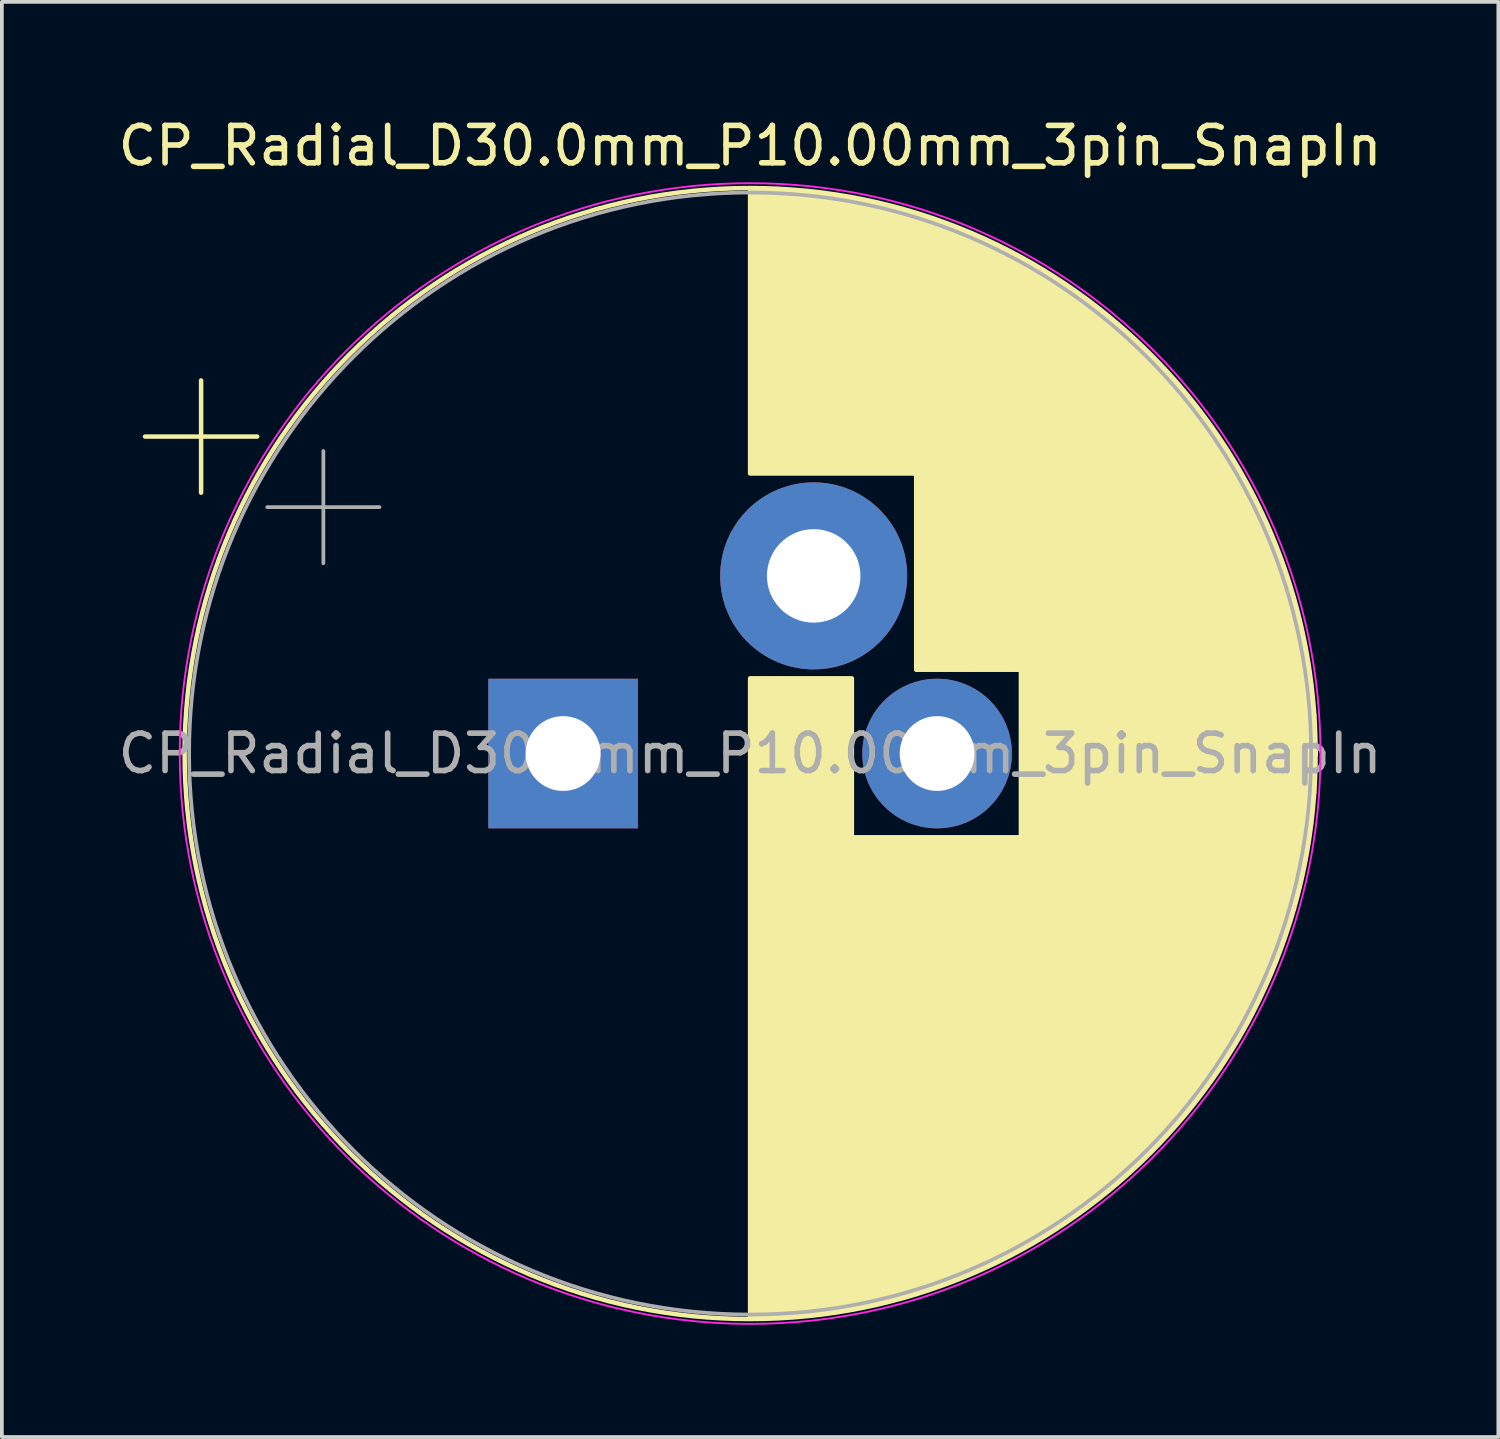
<source format=kicad_pcb>
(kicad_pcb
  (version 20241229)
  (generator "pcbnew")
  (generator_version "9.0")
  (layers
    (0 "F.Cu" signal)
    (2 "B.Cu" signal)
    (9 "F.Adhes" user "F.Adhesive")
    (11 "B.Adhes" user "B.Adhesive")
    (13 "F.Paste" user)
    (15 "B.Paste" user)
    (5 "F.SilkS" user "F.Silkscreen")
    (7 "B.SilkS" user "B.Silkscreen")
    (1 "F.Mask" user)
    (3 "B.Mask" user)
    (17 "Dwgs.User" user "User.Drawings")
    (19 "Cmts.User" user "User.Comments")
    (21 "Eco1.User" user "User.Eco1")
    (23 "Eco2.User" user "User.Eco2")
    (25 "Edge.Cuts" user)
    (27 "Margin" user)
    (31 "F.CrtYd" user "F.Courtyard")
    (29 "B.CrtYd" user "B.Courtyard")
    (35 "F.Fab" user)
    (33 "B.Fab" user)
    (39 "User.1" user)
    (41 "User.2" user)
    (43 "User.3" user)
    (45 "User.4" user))
  (footprint "CP_Radial_D30.0mm_P10.00mm_3pin_SnapIn"
    (layer "F.Cu")
    (at 12.006 17.098)
    (property "Reference" "CP_Radial_D30.0mm_P10.00mm_3pin_SnapIn" (at 5 -16.25 0) (layer "F.SilkS") (effects (font (size 1 1) (thickness 0.15))))
    (attr through_hole)
    (fp_line (start -11.179 -8.475) (end -8.179 -8.475) (stroke (width 0.12) (type solid)) (layer "F.SilkS"))
    (fp_line (start -9.679 -9.975) (end -9.679 -6.975) (stroke (width 0.12) (type solid)) (layer "F.SilkS"))
    (fp_line (start 5 -15.081) (end 5 -7.49) (stroke (width 0.12) (type solid)) (layer "F.SilkS"))
    (fp_line (start 5 -2.01) (end 5 15.081) (stroke (width 0.12) (type solid)) (layer "F.SilkS"))
    (fp_line (start 5.04 -15.08) (end 5.04 -7.49) (stroke (width 0.12) (type solid)) (layer "F.SilkS"))
    (fp_line (start 5.04 -2.01) (end 5.04 15.08) (stroke (width 0.12) (type solid)) (layer "F.SilkS"))
    (fp_line (start 5.08 -15.08) (end 5.08 -7.49) (stroke (width 0.12) (type solid)) (layer "F.SilkS"))
    (fp_line (start 5.08 -2.01) (end 5.08 15.08) (stroke (width 0.12) (type solid)) (layer "F.SilkS"))
    (fp_line (start 5.12 -15.08) (end 5.12 -7.49) (stroke (width 0.12) (type solid)) (layer "F.SilkS"))
    (fp_line (start 5.12 -2.01) (end 5.12 15.08) (stroke (width 0.12) (type solid)) (layer "F.SilkS"))
    (fp_line (start 5.16 -15.08) (end 5.16 -7.49) (stroke (width 0.12) (type solid)) (layer "F.SilkS"))
    (fp_line (start 5.16 -2.01) (end 5.16 15.08) (stroke (width 0.12) (type solid)) (layer "F.SilkS"))
    (fp_line (start 5.2 -15.079) (end 5.2 -7.49) (stroke (width 0.12) (type solid)) (layer "F.SilkS"))
    (fp_line (start 5.2 -2.01) (end 5.2 15.079) (stroke (width 0.12) (type solid)) (layer "F.SilkS"))
    (fp_line (start 5.24 -15.079) (end 5.24 -7.49) (stroke (width 0.12) (type solid)) (layer "F.SilkS"))
    (fp_line (start 5.24 -2.01) (end 5.24 15.079) (stroke (width 0.12) (type solid)) (layer "F.SilkS"))
    (fp_line (start 5.28 -15.078) (end 5.28 -7.49) (stroke (width 0.12) (type solid)) (layer "F.SilkS"))
    (fp_line (start 5.28 -2.01) (end 5.28 15.078) (stroke (width 0.12) (type solid)) (layer "F.SilkS"))
    (fp_line (start 5.32 -15.077) (end 5.32 -7.49) (stroke (width 0.12) (type solid)) (layer "F.SilkS"))
    (fp_line (start 5.32 -2.01) (end 5.32 15.077) (stroke (width 0.12) (type solid)) (layer "F.SilkS"))
    (fp_line (start 5.36 -15.076) (end 5.36 -7.49) (stroke (width 0.12) (type solid)) (layer "F.SilkS"))
    (fp_line (start 5.36 -2.01) (end 5.36 15.076) (stroke (width 0.12) (type solid)) (layer "F.SilkS"))
    (fp_line (start 5.4 -15.075) (end 5.4 -7.49) (stroke (width 0.12) (type solid)) (layer "F.SilkS"))
    (fp_line (start 5.4 -2.01) (end 5.4 15.075) (stroke (width 0.12) (type solid)) (layer "F.SilkS"))
    (fp_line (start 5.44 -15.074) (end 5.44 -7.49) (stroke (width 0.12) (type solid)) (layer "F.SilkS"))
    (fp_line (start 5.44 -2.01) (end 5.44 15.074) (stroke (width 0.12) (type solid)) (layer "F.SilkS"))
    (fp_line (start 5.48 -15.073) (end 5.48 -7.49) (stroke (width 0.12) (type solid)) (layer "F.SilkS"))
    (fp_line (start 5.48 -2.01) (end 5.48 15.073) (stroke (width 0.12) (type solid)) (layer "F.SilkS"))
    (fp_line (start 5.52 -15.072) (end 5.52 -7.49) (stroke (width 0.12) (type solid)) (layer "F.SilkS"))
    (fp_line (start 5.52 -2.01) (end 5.52 15.072) (stroke (width 0.12) (type solid)) (layer "F.SilkS"))
    (fp_line (start 5.56 -15.07) (end 5.56 -7.49) (stroke (width 0.12) (type solid)) (layer "F.SilkS"))
    (fp_line (start 5.56 -2.01) (end 5.56 15.07) (stroke (width 0.12) (type solid)) (layer "F.SilkS"))
    (fp_line (start 5.6 -15.069) (end 5.6 -7.49) (stroke (width 0.12) (type solid)) (layer "F.SilkS"))
    (fp_line (start 5.6 -2.01) (end 5.6 15.069) (stroke (width 0.12) (type solid)) (layer "F.SilkS"))
    (fp_line (start 5.64 -15.067) (end 5.64 -7.49) (stroke (width 0.12) (type solid)) (layer "F.SilkS"))
    (fp_line (start 5.64 -2.01) (end 5.64 15.067) (stroke (width 0.12) (type solid)) (layer "F.SilkS"))
    (fp_line (start 5.68 -15.065) (end 5.68 -7.49) (stroke (width 0.12) (type solid)) (layer "F.SilkS"))
    (fp_line (start 5.68 -2.01) (end 5.68 15.065) (stroke (width 0.12) (type solid)) (layer "F.SilkS"))
    (fp_line (start 5.721 -15.063) (end 5.721 -7.49) (stroke (width 0.12) (type solid)) (layer "F.SilkS"))
    (fp_line (start 5.721 -2.01) (end 5.721 15.063) (stroke (width 0.12) (type solid)) (layer "F.SilkS"))
    (fp_line (start 5.761 -15.061) (end 5.761 -7.49) (stroke (width 0.12) (type solid)) (layer "F.SilkS"))
    (fp_line (start 5.761 -2.01) (end 5.761 15.061) (stroke (width 0.12) (type solid)) (layer "F.SilkS"))
    (fp_line (start 5.801 -15.059) (end 5.801 -7.49) (stroke (width 0.12) (type solid)) (layer "F.SilkS"))
    (fp_line (start 5.801 -2.01) (end 5.801 15.059) (stroke (width 0.12) (type solid)) (layer "F.SilkS"))
    (fp_line (start 5.841 -15.057) (end 5.841 -7.49) (stroke (width 0.12) (type solid)) (layer "F.SilkS"))
    (fp_line (start 5.841 -2.01) (end 5.841 15.057) (stroke (width 0.12) (type solid)) (layer "F.SilkS"))
    (fp_line (start 5.881 -15.055) (end 5.881 -7.49) (stroke (width 0.12) (type solid)) (layer "F.SilkS"))
    (fp_line (start 5.881 -2.01) (end 5.881 15.055) (stroke (width 0.12) (type solid)) (layer "F.SilkS"))
    (fp_line (start 5.921 -15.052) (end 5.921 -7.49) (stroke (width 0.12) (type solid)) (layer "F.SilkS"))
    (fp_line (start 5.921 -2.01) (end 5.921 15.052) (stroke (width 0.12) (type solid)) (layer "F.SilkS"))
    (fp_line (start 5.961 -15.05) (end 5.961 -7.49) (stroke (width 0.12) (type solid)) (layer "F.SilkS"))
    (fp_line (start 5.961 -2.01) (end 5.961 15.05) (stroke (width 0.12) (type solid)) (layer "F.SilkS"))
    (fp_line (start 6.001 -15.047) (end 6.001 -7.49) (stroke (width 0.12) (type solid)) (layer "F.SilkS"))
    (fp_line (start 6.001 -2.01) (end 6.001 15.047) (stroke (width 0.12) (type solid)) (layer "F.SilkS"))
    (fp_line (start 6.041 -15.045) (end 6.041 -7.49) (stroke (width 0.12) (type solid)) (layer "F.SilkS"))
    (fp_line (start 6.041 -2.01) (end 6.041 15.045) (stroke (width 0.12) (type solid)) (layer "F.SilkS"))
    (fp_line (start 6.081 -15.042) (end 6.081 -7.49) (stroke (width 0.12) (type solid)) (layer "F.SilkS"))
    (fp_line (start 6.081 -2.01) (end 6.081 15.042) (stroke (width 0.12) (type solid)) (layer "F.SilkS"))
    (fp_line (start 6.121 -15.039) (end 6.121 -7.49) (stroke (width 0.12) (type solid)) (layer "F.SilkS"))
    (fp_line (start 6.121 -2.01) (end 6.121 15.039) (stroke (width 0.12) (type solid)) (layer "F.SilkS"))
    (fp_line (start 6.161 -15.036) (end 6.161 -7.49) (stroke (width 0.12) (type solid)) (layer "F.SilkS"))
    (fp_line (start 6.161 -2.01) (end 6.161 15.036) (stroke (width 0.12) (type solid)) (layer "F.SilkS"))
    (fp_line (start 6.201 -15.033) (end 6.201 -7.49) (stroke (width 0.12) (type solid)) (layer "F.SilkS"))
    (fp_line (start 6.201 -2.01) (end 6.201 15.033) (stroke (width 0.12) (type solid)) (layer "F.SilkS"))
    (fp_line (start 6.241 -15.03) (end 6.241 -7.49) (stroke (width 0.12) (type solid)) (layer "F.SilkS"))
    (fp_line (start 6.241 -2.01) (end 6.241 15.03) (stroke (width 0.12) (type solid)) (layer "F.SilkS"))
    (fp_line (start 6.281 -15.026) (end 6.281 -7.49) (stroke (width 0.12) (type solid)) (layer "F.SilkS"))
    (fp_line (start 6.281 -2.01) (end 6.281 15.026) (stroke (width 0.12) (type solid)) (layer "F.SilkS"))
    (fp_line (start 6.321 -15.023) (end 6.321 -7.49) (stroke (width 0.12) (type solid)) (layer "F.SilkS"))
    (fp_line (start 6.321 -2.01) (end 6.321 15.023) (stroke (width 0.12) (type solid)) (layer "F.SilkS"))
    (fp_line (start 6.361 -15.019) (end 6.361 -7.49) (stroke (width 0.12) (type solid)) (layer "F.SilkS"))
    (fp_line (start 6.361 -2.01) (end 6.361 15.019) (stroke (width 0.12) (type solid)) (layer "F.SilkS"))
    (fp_line (start 6.401 -15.016) (end 6.401 -7.49) (stroke (width 0.12) (type solid)) (layer "F.SilkS"))
    (fp_line (start 6.401 -2.01) (end 6.401 15.016) (stroke (width 0.12) (type solid)) (layer "F.SilkS"))
    (fp_line (start 6.441 -15.012) (end 6.441 -7.49) (stroke (width 0.12) (type solid)) (layer "F.SilkS"))
    (fp_line (start 6.441 -2.01) (end 6.441 15.012) (stroke (width 0.12) (type solid)) (layer "F.SilkS"))
    (fp_line (start 6.481 -15.008) (end 6.481 -7.49) (stroke (width 0.12) (type solid)) (layer "F.SilkS"))
    (fp_line (start 6.481 -2.01) (end 6.481 15.008) (stroke (width 0.12) (type solid)) (layer "F.SilkS"))
    (fp_line (start 6.521 -15.004) (end 6.521 -7.49) (stroke (width 0.12) (type solid)) (layer "F.SilkS"))
    (fp_line (start 6.521 -2.01) (end 6.521 15.004) (stroke (width 0.12) (type solid)) (layer "F.SilkS"))
    (fp_line (start 6.561 -15) (end 6.561 -7.49) (stroke (width 0.12) (type solid)) (layer "F.SilkS"))
    (fp_line (start 6.561 -2.01) (end 6.561 15) (stroke (width 0.12) (type solid)) (layer "F.SilkS"))
    (fp_line (start 6.601 -14.996) (end 6.601 -7.49) (stroke (width 0.12) (type solid)) (layer "F.SilkS"))
    (fp_line (start 6.601 -2.01) (end 6.601 14.996) (stroke (width 0.12) (type solid)) (layer "F.SilkS"))
    (fp_line (start 6.641 -14.991) (end 6.641 -7.49) (stroke (width 0.12) (type solid)) (layer "F.SilkS"))
    (fp_line (start 6.641 -2.01) (end 6.641 14.991) (stroke (width 0.12) (type solid)) (layer "F.SilkS"))
    (fp_line (start 6.681 -14.987) (end 6.681 -7.49) (stroke (width 0.12) (type solid)) (layer "F.SilkS"))
    (fp_line (start 6.681 -2.01) (end 6.681 14.987) (stroke (width 0.12) (type solid)) (layer "F.SilkS"))
    (fp_line (start 6.721 -14.982) (end 6.721 -7.49) (stroke (width 0.12) (type solid)) (layer "F.SilkS"))
    (fp_line (start 6.721 -2.01) (end 6.721 14.982) (stroke (width 0.12) (type solid)) (layer "F.SilkS"))
    (fp_line (start 6.761 -14.978) (end 6.761 -7.49) (stroke (width 0.12) (type solid)) (layer "F.SilkS"))
    (fp_line (start 6.761 -2.01) (end 6.761 14.978) (stroke (width 0.12) (type solid)) (layer "F.SilkS"))
    (fp_line (start 6.801 -14.973) (end 6.801 -7.49) (stroke (width 0.12) (type solid)) (layer "F.SilkS"))
    (fp_line (start 6.801 -2.01) (end 6.801 14.973) (stroke (width 0.12) (type solid)) (layer "F.SilkS"))
    (fp_line (start 6.841 -14.968) (end 6.841 -7.49) (stroke (width 0.12) (type solid)) (layer "F.SilkS"))
    (fp_line (start 6.841 -2.01) (end 6.841 14.968) (stroke (width 0.12) (type solid)) (layer "F.SilkS"))
    (fp_line (start 6.881 -14.963) (end 6.881 -7.49) (stroke (width 0.12) (type solid)) (layer "F.SilkS"))
    (fp_line (start 6.881 -2.01) (end 6.881 14.963) (stroke (width 0.12) (type solid)) (layer "F.SilkS"))
    (fp_line (start 6.921 -14.958) (end 6.921 -7.49) (stroke (width 0.12) (type solid)) (layer "F.SilkS"))
    (fp_line (start 6.921 -2.01) (end 6.921 14.958) (stroke (width 0.12) (type solid)) (layer "F.SilkS"))
    (fp_line (start 6.961 -14.953) (end 6.961 -7.49) (stroke (width 0.12) (type solid)) (layer "F.SilkS"))
    (fp_line (start 6.961 -2.01) (end 6.961 14.953) (stroke (width 0.12) (type solid)) (layer "F.SilkS"))
    (fp_line (start 7.001 -14.948) (end 7.001 -7.49) (stroke (width 0.12) (type solid)) (layer "F.SilkS"))
    (fp_line (start 7.001 -2.01) (end 7.001 14.948) (stroke (width 0.12) (type solid)) (layer "F.SilkS"))
    (fp_line (start 7.041 -14.942) (end 7.041 -7.49) (stroke (width 0.12) (type solid)) (layer "F.SilkS"))
    (fp_line (start 7.041 -2.01) (end 7.041 14.942) (stroke (width 0.12) (type solid)) (layer "F.SilkS"))
    (fp_line (start 7.081 -14.937) (end 7.081 -7.49) (stroke (width 0.12) (type solid)) (layer "F.SilkS"))
    (fp_line (start 7.081 -2.01) (end 7.081 14.937) (stroke (width 0.12) (type solid)) (layer "F.SilkS"))
    (fp_line (start 7.121 -14.931) (end 7.121 -7.49) (stroke (width 0.12) (type solid)) (layer "F.SilkS"))
    (fp_line (start 7.121 -2.01) (end 7.121 14.931) (stroke (width 0.12) (type solid)) (layer "F.SilkS"))
    (fp_line (start 7.161 -14.925) (end 7.161 -7.49) (stroke (width 0.12) (type solid)) (layer "F.SilkS"))
    (fp_line (start 7.161 -2.01) (end 7.161 14.925) (stroke (width 0.12) (type solid)) (layer "F.SilkS"))
    (fp_line (start 7.201 -14.92) (end 7.201 -7.49) (stroke (width 0.12) (type solid)) (layer "F.SilkS"))
    (fp_line (start 7.201 -2.01) (end 7.201 14.92) (stroke (width 0.12) (type solid)) (layer "F.SilkS"))
    (fp_line (start 7.241 -14.914) (end 7.241 -7.49) (stroke (width 0.12) (type solid)) (layer "F.SilkS"))
    (fp_line (start 7.241 -2.01) (end 7.241 14.914) (stroke (width 0.12) (type solid)) (layer "F.SilkS"))
    (fp_line (start 7.281 -14.908) (end 7.281 -7.49) (stroke (width 0.12) (type solid)) (layer "F.SilkS"))
    (fp_line (start 7.281 -2.01) (end 7.281 14.908) (stroke (width 0.12) (type solid)) (layer "F.SilkS"))
    (fp_line (start 7.321 -14.901) (end 7.321 -7.49) (stroke (width 0.12) (type solid)) (layer "F.SilkS"))
    (fp_line (start 7.321 -2.01) (end 7.321 14.901) (stroke (width 0.12) (type solid)) (layer "F.SilkS"))
    (fp_line (start 7.361 -14.895) (end 7.361 -7.49) (stroke (width 0.12) (type solid)) (layer "F.SilkS"))
    (fp_line (start 7.361 -2.01) (end 7.361 14.895) (stroke (width 0.12) (type solid)) (layer "F.SilkS"))
    (fp_line (start 7.401 -14.889) (end 7.401 -7.49) (stroke (width 0.12) (type solid)) (layer "F.SilkS"))
    (fp_line (start 7.401 -2.01) (end 7.401 14.889) (stroke (width 0.12) (type solid)) (layer "F.SilkS"))
    (fp_line (start 7.441 -14.882) (end 7.441 -7.49) (stroke (width 0.12) (type solid)) (layer "F.SilkS"))
    (fp_line (start 7.441 -2.01) (end 7.441 14.882) (stroke (width 0.12) (type solid)) (layer "F.SilkS"))
    (fp_line (start 7.481 -14.876) (end 7.481 -7.49) (stroke (width 0.12) (type solid)) (layer "F.SilkS"))
    (fp_line (start 7.481 -2.01) (end 7.481 14.876) (stroke (width 0.12) (type solid)) (layer "F.SilkS"))
    (fp_line (start 7.521 -14.869) (end 7.521 -7.49) (stroke (width 0.12) (type solid)) (layer "F.SilkS"))
    (fp_line (start 7.521 -2.01) (end 7.521 14.869) (stroke (width 0.12) (type solid)) (layer "F.SilkS"))
    (fp_line (start 7.561 -14.862) (end 7.561 -7.49) (stroke (width 0.12) (type solid)) (layer "F.SilkS"))
    (fp_line (start 7.561 -2.01) (end 7.561 14.862) (stroke (width 0.12) (type solid)) (layer "F.SilkS"))
    (fp_line (start 7.601 -14.855) (end 7.601 -7.49) (stroke (width 0.12) (type solid)) (layer "F.SilkS"))
    (fp_line (start 7.601 -2.01) (end 7.601 14.855) (stroke (width 0.12) (type solid)) (layer "F.SilkS"))
    (fp_line (start 7.641 -14.848) (end 7.641 -7.49) (stroke (width 0.12) (type solid)) (layer "F.SilkS"))
    (fp_line (start 7.641 -2.01) (end 7.641 14.848) (stroke (width 0.12) (type solid)) (layer "F.SilkS"))
    (fp_line (start 7.681 -14.841) (end 7.681 -7.49) (stroke (width 0.12) (type solid)) (layer "F.SilkS"))
    (fp_line (start 7.681 -2.01) (end 7.681 14.841) (stroke (width 0.12) (type solid)) (layer "F.SilkS"))
    (fp_line (start 7.721 -14.834) (end 7.721 -7.49) (stroke (width 0.12) (type solid)) (layer "F.SilkS"))
    (fp_line (start 7.721 -2.01) (end 7.721 14.834) (stroke (width 0.12) (type solid)) (layer "F.SilkS"))
    (fp_line (start 7.761 -14.826) (end 7.761 -7.49) (stroke (width 0.12) (type solid)) (layer "F.SilkS"))
    (fp_line (start 7.761 2.24) (end 7.761 14.826) (stroke (width 0.12) (type solid)) (layer "F.SilkS"))
    (fp_line (start 7.801 -14.819) (end 7.801 -7.49) (stroke (width 0.12) (type solid)) (layer "F.SilkS"))
    (fp_line (start 7.801 2.24) (end 7.801 14.819) (stroke (width 0.12) (type solid)) (layer "F.SilkS"))
    (fp_line (start 7.841 -14.811) (end 7.841 -7.49) (stroke (width 0.12) (type solid)) (layer "F.SilkS"))
    (fp_line (start 7.841 2.24) (end 7.841 14.811) (stroke (width 0.12) (type solid)) (layer "F.SilkS"))
    (fp_line (start 7.881 -14.804) (end 7.881 -7.49) (stroke (width 0.12) (type solid)) (layer "F.SilkS"))
    (fp_line (start 7.881 2.24) (end 7.881 14.804) (stroke (width 0.12) (type solid)) (layer "F.SilkS"))
    (fp_line (start 7.921 -14.796) (end 7.921 -7.49) (stroke (width 0.12) (type solid)) (layer "F.SilkS"))
    (fp_line (start 7.921 2.24) (end 7.921 14.796) (stroke (width 0.12) (type solid)) (layer "F.SilkS"))
    (fp_line (start 7.961 -14.788) (end 7.961 -7.49) (stroke (width 0.12) (type solid)) (layer "F.SilkS"))
    (fp_line (start 7.961 2.24) (end 7.961 14.788) (stroke (width 0.12) (type solid)) (layer "F.SilkS"))
    (fp_line (start 8.001 -14.78) (end 8.001 -7.49) (stroke (width 0.12) (type solid)) (layer "F.SilkS"))
    (fp_line (start 8.001 2.24) (end 8.001 14.78) (stroke (width 0.12) (type solid)) (layer "F.SilkS"))
    (fp_line (start 8.041 -14.772) (end 8.041 -7.49) (stroke (width 0.12) (type solid)) (layer "F.SilkS"))
    (fp_line (start 8.041 2.24) (end 8.041 14.772) (stroke (width 0.12) (type solid)) (layer "F.SilkS"))
    (fp_line (start 8.081 -14.763) (end 8.081 -7.49) (stroke (width 0.12) (type solid)) (layer "F.SilkS"))
    (fp_line (start 8.081 2.24) (end 8.081 14.763) (stroke (width 0.12) (type solid)) (layer "F.SilkS"))
    (fp_line (start 8.121 -14.755) (end 8.121 -7.49) (stroke (width 0.12) (type solid)) (layer "F.SilkS"))
    (fp_line (start 8.121 2.24) (end 8.121 14.755) (stroke (width 0.12) (type solid)) (layer "F.SilkS"))
    (fp_line (start 8.161 -14.747) (end 8.161 -7.49) (stroke (width 0.12) (type solid)) (layer "F.SilkS"))
    (fp_line (start 8.161 2.24) (end 8.161 14.747) (stroke (width 0.12) (type solid)) (layer "F.SilkS"))
    (fp_line (start 8.201 -14.738) (end 8.201 -7.49) (stroke (width 0.12) (type solid)) (layer "F.SilkS"))
    (fp_line (start 8.201 2.24) (end 8.201 14.738) (stroke (width 0.12) (type solid)) (layer "F.SilkS"))
    (fp_line (start 8.241 -14.729) (end 8.241 -7.49) (stroke (width 0.12) (type solid)) (layer "F.SilkS"))
    (fp_line (start 8.241 2.24) (end 8.241 14.729) (stroke (width 0.12) (type solid)) (layer "F.SilkS"))
    (fp_line (start 8.281 -14.72) (end 8.281 -7.49) (stroke (width 0.12) (type solid)) (layer "F.SilkS"))
    (fp_line (start 8.281 2.24) (end 8.281 14.72) (stroke (width 0.12) (type solid)) (layer "F.SilkS"))
    (fp_line (start 8.321 -14.711) (end 8.321 -7.49) (stroke (width 0.12) (type solid)) (layer "F.SilkS"))
    (fp_line (start 8.321 2.24) (end 8.321 14.711) (stroke (width 0.12) (type solid)) (layer "F.SilkS"))
    (fp_line (start 8.361 -14.702) (end 8.361 -7.49) (stroke (width 0.12) (type solid)) (layer "F.SilkS"))
    (fp_line (start 8.361 2.24) (end 8.361 14.702) (stroke (width 0.12) (type solid)) (layer "F.SilkS"))
    (fp_line (start 8.401 -14.693) (end 8.401 -7.49) (stroke (width 0.12) (type solid)) (layer "F.SilkS"))
    (fp_line (start 8.401 2.24) (end 8.401 14.693) (stroke (width 0.12) (type solid)) (layer "F.SilkS"))
    (fp_line (start 8.441 -14.684) (end 8.441 -7.49) (stroke (width 0.12) (type solid)) (layer "F.SilkS"))
    (fp_line (start 8.441 2.24) (end 8.441 14.684) (stroke (width 0.12) (type solid)) (layer "F.SilkS"))
    (fp_line (start 8.481 -14.675) (end 8.481 -7.49) (stroke (width 0.12) (type solid)) (layer "F.SilkS"))
    (fp_line (start 8.481 2.24) (end 8.481 14.675) (stroke (width 0.12) (type solid)) (layer "F.SilkS"))
    (fp_line (start 8.521 -14.665) (end 8.521 -7.49) (stroke (width 0.12) (type solid)) (layer "F.SilkS"))
    (fp_line (start 8.521 2.24) (end 8.521 14.665) (stroke (width 0.12) (type solid)) (layer "F.SilkS"))
    (fp_line (start 8.561 -14.655) (end 8.561 -7.49) (stroke (width 0.12) (type solid)) (layer "F.SilkS"))
    (fp_line (start 8.561 2.24) (end 8.561 14.655) (stroke (width 0.12) (type solid)) (layer "F.SilkS"))
    (fp_line (start 8.601 -14.646) (end 8.601 -7.49) (stroke (width 0.12) (type solid)) (layer "F.SilkS"))
    (fp_line (start 8.601 2.24) (end 8.601 14.646) (stroke (width 0.12) (type solid)) (layer "F.SilkS"))
    (fp_line (start 8.641 -14.636) (end 8.641 -7.49) (stroke (width 0.12) (type solid)) (layer "F.SilkS"))
    (fp_line (start 8.641 2.24) (end 8.641 14.636) (stroke (width 0.12) (type solid)) (layer "F.SilkS"))
    (fp_line (start 8.681 -14.626) (end 8.681 -7.49) (stroke (width 0.12) (type solid)) (layer "F.SilkS"))
    (fp_line (start 8.681 2.24) (end 8.681 14.626) (stroke (width 0.12) (type solid)) (layer "F.SilkS"))
    (fp_line (start 8.721 -14.616) (end 8.721 -7.49) (stroke (width 0.12) (type solid)) (layer "F.SilkS"))
    (fp_line (start 8.721 2.24) (end 8.721 14.616) (stroke (width 0.12) (type solid)) (layer "F.SilkS"))
    (fp_line (start 8.761 -14.606) (end 8.761 -7.49) (stroke (width 0.12) (type solid)) (layer "F.SilkS"))
    (fp_line (start 8.761 2.24) (end 8.761 14.606) (stroke (width 0.12) (type solid)) (layer "F.SilkS"))
    (fp_line (start 8.801 -14.595) (end 8.801 -7.49) (stroke (width 0.12) (type solid)) (layer "F.SilkS"))
    (fp_line (start 8.801 2.24) (end 8.801 14.595) (stroke (width 0.12) (type solid)) (layer "F.SilkS"))
    (fp_line (start 8.841 -14.585) (end 8.841 -7.49) (stroke (width 0.12) (type solid)) (layer "F.SilkS"))
    (fp_line (start 8.841 2.24) (end 8.841 14.585) (stroke (width 0.12) (type solid)) (layer "F.SilkS"))
    (fp_line (start 8.881 -14.574) (end 8.881 -7.49) (stroke (width 0.12) (type solid)) (layer "F.SilkS"))
    (fp_line (start 8.881 2.24) (end 8.881 14.574) (stroke (width 0.12) (type solid)) (layer "F.SilkS"))
    (fp_line (start 8.921 -14.564) (end 8.921 -7.49) (stroke (width 0.12) (type solid)) (layer "F.SilkS"))
    (fp_line (start 8.921 2.24) (end 8.921 14.564) (stroke (width 0.12) (type solid)) (layer "F.SilkS"))
    (fp_line (start 8.961 -14.553) (end 8.961 -7.49) (stroke (width 0.12) (type solid)) (layer "F.SilkS"))
    (fp_line (start 8.961 2.24) (end 8.961 14.553) (stroke (width 0.12) (type solid)) (layer "F.SilkS"))
    (fp_line (start 9.001 -14.542) (end 9.001 -7.49) (stroke (width 0.12) (type solid)) (layer "F.SilkS"))
    (fp_line (start 9.001 2.24) (end 9.001 14.542) (stroke (width 0.12) (type solid)) (layer "F.SilkS"))
    (fp_line (start 9.041 -14.531) (end 9.041 -7.49) (stroke (width 0.12) (type solid)) (layer "F.SilkS"))
    (fp_line (start 9.041 2.24) (end 9.041 14.531) (stroke (width 0.12) (type solid)) (layer "F.SilkS"))
    (fp_line (start 9.081 -14.52) (end 9.081 -7.49) (stroke (width 0.12) (type solid)) (layer "F.SilkS"))
    (fp_line (start 9.081 2.24) (end 9.081 14.52) (stroke (width 0.12) (type solid)) (layer "F.SilkS"))
    (fp_line (start 9.121 -14.508) (end 9.121 -7.49) (stroke (width 0.12) (type solid)) (layer "F.SilkS"))
    (fp_line (start 9.121 2.24) (end 9.121 14.508) (stroke (width 0.12) (type solid)) (layer "F.SilkS"))
    (fp_line (start 9.161 -14.497) (end 9.161 -7.49) (stroke (width 0.12) (type solid)) (layer "F.SilkS"))
    (fp_line (start 9.161 2.24) (end 9.161 14.497) (stroke (width 0.12) (type solid)) (layer "F.SilkS"))
    (fp_line (start 9.201 -14.485) (end 9.201 -7.49) (stroke (width 0.12) (type solid)) (layer "F.SilkS"))
    (fp_line (start 9.201 2.24) (end 9.201 14.485) (stroke (width 0.12) (type solid)) (layer "F.SilkS"))
    (fp_line (start 9.241 -14.474) (end 9.241 -7.49) (stroke (width 0.12) (type solid)) (layer "F.SilkS"))
    (fp_line (start 9.241 2.24) (end 9.241 14.474) (stroke (width 0.12) (type solid)) (layer "F.SilkS"))
    (fp_line (start 9.281 -14.462) (end 9.281 -7.49) (stroke (width 0.12) (type solid)) (layer "F.SilkS"))
    (fp_line (start 9.281 2.24) (end 9.281 14.462) (stroke (width 0.12) (type solid)) (layer "F.SilkS"))
    (fp_line (start 9.321 -14.45) (end 9.321 -7.49) (stroke (width 0.12) (type solid)) (layer "F.SilkS"))
    (fp_line (start 9.321 2.24) (end 9.321 14.45) (stroke (width 0.12) (type solid)) (layer "F.SilkS"))
    (fp_line (start 9.361 -14.438) (end 9.361 -7.49) (stroke (width 0.12) (type solid)) (layer "F.SilkS"))
    (fp_line (start 9.361 2.24) (end 9.361 14.438) (stroke (width 0.12) (type solid)) (layer "F.SilkS"))
    (fp_line (start 9.401 -14.426) (end 9.401 -7.49) (stroke (width 0.12) (type solid)) (layer "F.SilkS"))
    (fp_line (start 9.401 2.24) (end 9.401 14.426) (stroke (width 0.12) (type solid)) (layer "F.SilkS"))
    (fp_line (start 9.441 -14.414) (end 9.441 -2.24) (stroke (width 0.12) (type solid)) (layer "F.SilkS"))
    (fp_line (start 9.441 2.24) (end 9.441 14.414) (stroke (width 0.12) (type solid)) (layer "F.SilkS"))
    (fp_line (start 9.481 -14.402) (end 9.481 -2.24) (stroke (width 0.12) (type solid)) (layer "F.SilkS"))
    (fp_line (start 9.481 2.24) (end 9.481 14.402) (stroke (width 0.12) (type solid)) (layer "F.SilkS"))
    (fp_line (start 9.521 -14.389) (end 9.521 -2.24) (stroke (width 0.12) (type solid)) (layer "F.SilkS"))
    (fp_line (start 9.521 2.24) (end 9.521 14.389) (stroke (width 0.12) (type solid)) (layer "F.SilkS"))
    (fp_line (start 9.561 -14.376) (end 9.561 -2.24) (stroke (width 0.12) (type solid)) (layer "F.SilkS"))
    (fp_line (start 9.561 2.24) (end 9.561 14.376) (stroke (width 0.12) (type solid)) (layer "F.SilkS"))
    (fp_line (start 9.601 -14.364) (end 9.601 -2.24) (stroke (width 0.12) (type solid)) (layer "F.SilkS"))
    (fp_line (start 9.601 2.24) (end 9.601 14.364) (stroke (width 0.12) (type solid)) (layer "F.SilkS"))
    (fp_line (start 9.641 -14.351) (end 9.641 -2.24) (stroke (width 0.12) (type solid)) (layer "F.SilkS"))
    (fp_line (start 9.641 2.24) (end 9.641 14.351) (stroke (width 0.12) (type solid)) (layer "F.SilkS"))
    (fp_line (start 9.681 -14.338) (end 9.681 -2.24) (stroke (width 0.12) (type solid)) (layer "F.SilkS"))
    (fp_line (start 9.681 2.24) (end 9.681 14.338) (stroke (width 0.12) (type solid)) (layer "F.SilkS"))
    (fp_line (start 9.721 -14.325) (end 9.721 -2.24) (stroke (width 0.12) (type solid)) (layer "F.SilkS"))
    (fp_line (start 9.721 2.24) (end 9.721 14.325) (stroke (width 0.12) (type solid)) (layer "F.SilkS"))
    (fp_line (start 9.761 -14.312) (end 9.761 -2.24) (stroke (width 0.12) (type solid)) (layer "F.SilkS"))
    (fp_line (start 9.761 2.24) (end 9.761 14.312) (stroke (width 0.12) (type solid)) (layer "F.SilkS"))
    (fp_line (start 9.801 -14.298) (end 9.801 -2.24) (stroke (width 0.12) (type solid)) (layer "F.SilkS"))
    (fp_line (start 9.801 2.24) (end 9.801 14.298) (stroke (width 0.12) (type solid)) (layer "F.SilkS"))
    (fp_line (start 9.841 -14.285) (end 9.841 -2.24) (stroke (width 0.12) (type solid)) (layer "F.SilkS"))
    (fp_line (start 9.841 2.24) (end 9.841 14.285) (stroke (width 0.12) (type solid)) (layer "F.SilkS"))
    (fp_line (start 9.881 -14.271) (end 9.881 -2.24) (stroke (width 0.12) (type solid)) (layer "F.SilkS"))
    (fp_line (start 9.881 2.24) (end 9.881 14.271) (stroke (width 0.12) (type solid)) (layer "F.SilkS"))
    (fp_line (start 9.921 -14.258) (end 9.921 -2.24) (stroke (width 0.12) (type solid)) (layer "F.SilkS"))
    (fp_line (start 9.921 2.24) (end 9.921 14.258) (stroke (width 0.12) (type solid)) (layer "F.SilkS"))
    (fp_line (start 9.961 -14.244) (end 9.961 -2.24) (stroke (width 0.12) (type solid)) (layer "F.SilkS"))
    (fp_line (start 9.961 2.24) (end 9.961 14.244) (stroke (width 0.12) (type solid)) (layer "F.SilkS"))
    (fp_line (start 10.001 -14.23) (end 10.001 -2.24) (stroke (width 0.12) (type solid)) (layer "F.SilkS"))
    (fp_line (start 10.001 2.24) (end 10.001 14.23) (stroke (width 0.12) (type solid)) (layer "F.SilkS"))
    (fp_line (start 10.041 -14.216) (end 10.041 -2.24) (stroke (width 0.12) (type solid)) (layer "F.SilkS"))
    (fp_line (start 10.041 2.24) (end 10.041 14.216) (stroke (width 0.12) (type solid)) (layer "F.SilkS"))
    (fp_line (start 10.081 -14.202) (end 10.081 -2.24) (stroke (width 0.12) (type solid)) (layer "F.SilkS"))
    (fp_line (start 10.081 2.24) (end 10.081 14.202) (stroke (width 0.12) (type solid)) (layer "F.SilkS"))
    (fp_line (start 10.121 -14.187) (end 10.121 -2.24) (stroke (width 0.12) (type solid)) (layer "F.SilkS"))
    (fp_line (start 10.121 2.24) (end 10.121 14.187) (stroke (width 0.12) (type solid)) (layer "F.SilkS"))
    (fp_line (start 10.161 -14.173) (end 10.161 -2.24) (stroke (width 0.12) (type solid)) (layer "F.SilkS"))
    (fp_line (start 10.161 2.24) (end 10.161 14.173) (stroke (width 0.12) (type solid)) (layer "F.SilkS"))
    (fp_line (start 10.201 -14.158) (end 10.201 -2.24) (stroke (width 0.12) (type solid)) (layer "F.SilkS"))
    (fp_line (start 10.201 2.24) (end 10.201 14.158) (stroke (width 0.12) (type solid)) (layer "F.SilkS"))
    (fp_line (start 10.241 -14.143) (end 10.241 -2.24) (stroke (width 0.12) (type solid)) (layer "F.SilkS"))
    (fp_line (start 10.241 2.24) (end 10.241 14.143) (stroke (width 0.12) (type solid)) (layer "F.SilkS"))
    (fp_line (start 10.281 -14.129) (end 10.281 -2.24) (stroke (width 0.12) (type solid)) (layer "F.SilkS"))
    (fp_line (start 10.281 2.24) (end 10.281 14.129) (stroke (width 0.12) (type solid)) (layer "F.SilkS"))
    (fp_line (start 10.321 -14.114) (end 10.321 -2.24) (stroke (width 0.12) (type solid)) (layer "F.SilkS"))
    (fp_line (start 10.321 2.24) (end 10.321 14.114) (stroke (width 0.12) (type solid)) (layer "F.SilkS"))
    (fp_line (start 10.361 -14.099) (end 10.361 -2.24) (stroke (width 0.12) (type solid)) (layer "F.SilkS"))
    (fp_line (start 10.361 2.24) (end 10.361 14.099) (stroke (width 0.12) (type solid)) (layer "F.SilkS"))
    (fp_line (start 10.401 -14.083) (end 10.401 -2.24) (stroke (width 0.12) (type solid)) (layer "F.SilkS"))
    (fp_line (start 10.401 2.24) (end 10.401 14.083) (stroke (width 0.12) (type solid)) (layer "F.SilkS"))
    (fp_line (start 10.441 -14.068) (end 10.441 -2.24) (stroke (width 0.12) (type solid)) (layer "F.SilkS"))
    (fp_line (start 10.441 2.24) (end 10.441 14.068) (stroke (width 0.12) (type solid)) (layer "F.SilkS"))
    (fp_line (start 10.481 -14.052) (end 10.481 -2.24) (stroke (width 0.12) (type solid)) (layer "F.SilkS"))
    (fp_line (start 10.481 2.24) (end 10.481 14.052) (stroke (width 0.12) (type solid)) (layer "F.SilkS"))
    (fp_line (start 10.521 -14.037) (end 10.521 -2.24) (stroke (width 0.12) (type solid)) (layer "F.SilkS"))
    (fp_line (start 10.521 2.24) (end 10.521 14.037) (stroke (width 0.12) (type solid)) (layer "F.SilkS"))
    (fp_line (start 10.561 -14.021) (end 10.561 -2.24) (stroke (width 0.12) (type solid)) (layer "F.SilkS"))
    (fp_line (start 10.561 2.24) (end 10.561 14.021) (stroke (width 0.12) (type solid)) (layer "F.SilkS"))
    (fp_line (start 10.601 -14.005) (end 10.601 -2.24) (stroke (width 0.12) (type solid)) (layer "F.SilkS"))
    (fp_line (start 10.601 2.24) (end 10.601 14.005) (stroke (width 0.12) (type solid)) (layer "F.SilkS"))
    (fp_line (start 10.641 -13.989) (end 10.641 -2.24) (stroke (width 0.12) (type solid)) (layer "F.SilkS"))
    (fp_line (start 10.641 2.24) (end 10.641 13.989) (stroke (width 0.12) (type solid)) (layer "F.SilkS"))
    (fp_line (start 10.681 -13.973) (end 10.681 -2.24) (stroke (width 0.12) (type solid)) (layer "F.SilkS"))
    (fp_line (start 10.681 2.24) (end 10.681 13.973) (stroke (width 0.12) (type solid)) (layer "F.SilkS"))
    (fp_line (start 10.721 -13.957) (end 10.721 -2.24) (stroke (width 0.12) (type solid)) (layer "F.SilkS"))
    (fp_line (start 10.721 2.24) (end 10.721 13.957) (stroke (width 0.12) (type solid)) (layer "F.SilkS"))
    (fp_line (start 10.761 -13.94) (end 10.761 -2.24) (stroke (width 0.12) (type solid)) (layer "F.SilkS"))
    (fp_line (start 10.761 2.24) (end 10.761 13.94) (stroke (width 0.12) (type solid)) (layer "F.SilkS"))
    (fp_line (start 10.801 -13.924) (end 10.801 -2.24) (stroke (width 0.12) (type solid)) (layer "F.SilkS"))
    (fp_line (start 10.801 2.24) (end 10.801 13.924) (stroke (width 0.12) (type solid)) (layer "F.SilkS"))
    (fp_line (start 10.841 -13.907) (end 10.841 -2.24) (stroke (width 0.12) (type solid)) (layer "F.SilkS"))
    (fp_line (start 10.841 2.24) (end 10.841 13.907) (stroke (width 0.12) (type solid)) (layer "F.SilkS"))
    (fp_line (start 10.881 -13.89) (end 10.881 -2.24) (stroke (width 0.12) (type solid)) (layer "F.SilkS"))
    (fp_line (start 10.881 2.24) (end 10.881 13.89) (stroke (width 0.12) (type solid)) (layer "F.SilkS"))
    (fp_line (start 10.921 -13.873) (end 10.921 -2.24) (stroke (width 0.12) (type solid)) (layer "F.SilkS"))
    (fp_line (start 10.921 2.24) (end 10.921 13.873) (stroke (width 0.12) (type solid)) (layer "F.SilkS"))
    (fp_line (start 10.961 -13.856) (end 10.961 -2.24) (stroke (width 0.12) (type solid)) (layer "F.SilkS"))
    (fp_line (start 10.961 2.24) (end 10.961 13.856) (stroke (width 0.12) (type solid)) (layer "F.SilkS"))
    (fp_line (start 11.001 -13.839) (end 11.001 -2.24) (stroke (width 0.12) (type solid)) (layer "F.SilkS"))
    (fp_line (start 11.001 2.24) (end 11.001 13.839) (stroke (width 0.12) (type solid)) (layer "F.SilkS"))
    (fp_line (start 11.041 -13.822) (end 11.041 -2.24) (stroke (width 0.12) (type solid)) (layer "F.SilkS"))
    (fp_line (start 11.041 2.24) (end 11.041 13.822) (stroke (width 0.12) (type solid)) (layer "F.SilkS"))
    (fp_line (start 11.081 -13.804) (end 11.081 -2.24) (stroke (width 0.12) (type solid)) (layer "F.SilkS"))
    (fp_line (start 11.081 2.24) (end 11.081 13.804) (stroke (width 0.12) (type solid)) (layer "F.SilkS"))
    (fp_line (start 11.121 -13.787) (end 11.121 -2.24) (stroke (width 0.12) (type solid)) (layer "F.SilkS"))
    (fp_line (start 11.121 2.24) (end 11.121 13.787) (stroke (width 0.12) (type solid)) (layer "F.SilkS"))
    (fp_line (start 11.161 -13.769) (end 11.161 -2.24) (stroke (width 0.12) (type solid)) (layer "F.SilkS"))
    (fp_line (start 11.161 2.24) (end 11.161 13.769) (stroke (width 0.12) (type solid)) (layer "F.SilkS"))
    (fp_line (start 11.201 -13.751) (end 11.201 -2.24) (stroke (width 0.12) (type solid)) (layer "F.SilkS"))
    (fp_line (start 11.201 2.24) (end 11.201 13.751) (stroke (width 0.12) (type solid)) (layer "F.SilkS"))
    (fp_line (start 11.241 -13.733) (end 11.241 -2.24) (stroke (width 0.12) (type solid)) (layer "F.SilkS"))
    (fp_line (start 11.241 2.24) (end 11.241 13.733) (stroke (width 0.12) (type solid)) (layer "F.SilkS"))
    (fp_line (start 11.281 -13.715) (end 11.281 -2.24) (stroke (width 0.12) (type solid)) (layer "F.SilkS"))
    (fp_line (start 11.281 2.24) (end 11.281 13.715) (stroke (width 0.12) (type solid)) (layer "F.SilkS"))
    (fp_line (start 11.321 -13.696) (end 11.321 -2.24) (stroke (width 0.12) (type solid)) (layer "F.SilkS"))
    (fp_line (start 11.321 2.24) (end 11.321 13.696) (stroke (width 0.12) (type solid)) (layer "F.SilkS"))
    (fp_line (start 11.361 -13.678) (end 11.361 -2.24) (stroke (width 0.12) (type solid)) (layer "F.SilkS"))
    (fp_line (start 11.361 2.24) (end 11.361 13.678) (stroke (width 0.12) (type solid)) (layer "F.SilkS"))
    (fp_line (start 11.401 -13.659) (end 11.401 -2.24) (stroke (width 0.12) (type solid)) (layer "F.SilkS"))
    (fp_line (start 11.401 2.24) (end 11.401 13.659) (stroke (width 0.12) (type solid)) (layer "F.SilkS"))
    (fp_line (start 11.441 -13.64) (end 11.441 -2.24) (stroke (width 0.12) (type solid)) (layer "F.SilkS"))
    (fp_line (start 11.441 2.24) (end 11.441 13.64) (stroke (width 0.12) (type solid)) (layer "F.SilkS"))
    (fp_line (start 11.481 -13.622) (end 11.481 -2.24) (stroke (width 0.12) (type solid)) (layer "F.SilkS"))
    (fp_line (start 11.481 2.24) (end 11.481 13.622) (stroke (width 0.12) (type solid)) (layer "F.SilkS"))
    (fp_line (start 11.521 -13.602) (end 11.521 -2.24) (stroke (width 0.12) (type solid)) (layer "F.SilkS"))
    (fp_line (start 11.521 2.24) (end 11.521 13.602) (stroke (width 0.12) (type solid)) (layer "F.SilkS"))
    (fp_line (start 11.561 -13.583) (end 11.561 -2.24) (stroke (width 0.12) (type solid)) (layer "F.SilkS"))
    (fp_line (start 11.561 2.24) (end 11.561 13.583) (stroke (width 0.12) (type solid)) (layer "F.SilkS"))
    (fp_line (start 11.601 -13.564) (end 11.601 -2.24) (stroke (width 0.12) (type solid)) (layer "F.SilkS"))
    (fp_line (start 11.601 2.24) (end 11.601 13.564) (stroke (width 0.12) (type solid)) (layer "F.SilkS"))
    (fp_line (start 11.641 -13.544) (end 11.641 -2.24) (stroke (width 0.12) (type solid)) (layer "F.SilkS"))
    (fp_line (start 11.641 2.24) (end 11.641 13.544) (stroke (width 0.12) (type solid)) (layer "F.SilkS"))
    (fp_line (start 11.681 -13.525) (end 11.681 -2.24) (stroke (width 0.12) (type solid)) (layer "F.SilkS"))
    (fp_line (start 11.681 2.24) (end 11.681 13.525) (stroke (width 0.12) (type solid)) (layer "F.SilkS"))
    (fp_line (start 11.721 -13.505) (end 11.721 -2.24) (stroke (width 0.12) (type solid)) (layer "F.SilkS"))
    (fp_line (start 11.721 2.24) (end 11.721 13.505) (stroke (width 0.12) (type solid)) (layer "F.SilkS"))
    (fp_line (start 11.761 -13.485) (end 11.761 -2.24) (stroke (width 0.12) (type solid)) (layer "F.SilkS"))
    (fp_line (start 11.761 2.24) (end 11.761 13.485) (stroke (width 0.12) (type solid)) (layer "F.SilkS"))
    (fp_line (start 11.801 -13.465) (end 11.801 -2.24) (stroke (width 0.12) (type solid)) (layer "F.SilkS"))
    (fp_line (start 11.801 2.24) (end 11.801 13.465) (stroke (width 0.12) (type solid)) (layer "F.SilkS"))
    (fp_line (start 11.841 -13.445) (end 11.841 -2.24) (stroke (width 0.12) (type solid)) (layer "F.SilkS"))
    (fp_line (start 11.841 2.24) (end 11.841 13.445) (stroke (width 0.12) (type solid)) (layer "F.SilkS"))
    (fp_line (start 11.881 -13.425) (end 11.881 -2.24) (stroke (width 0.12) (type solid)) (layer "F.SilkS"))
    (fp_line (start 11.881 2.24) (end 11.881 13.425) (stroke (width 0.12) (type solid)) (layer "F.SilkS"))
    (fp_line (start 11.921 -13.404) (end 11.921 -2.24) (stroke (width 0.12) (type solid)) (layer "F.SilkS"))
    (fp_line (start 11.921 2.24) (end 11.921 13.404) (stroke (width 0.12) (type solid)) (layer "F.SilkS"))
    (fp_line (start 11.961 -13.383) (end 11.961 -2.24) (stroke (width 0.12) (type solid)) (layer "F.SilkS"))
    (fp_line (start 11.961 2.24) (end 11.961 13.383) (stroke (width 0.12) (type solid)) (layer "F.SilkS"))
    (fp_line (start 12.001 -13.363) (end 12.001 -2.24) (stroke (width 0.12) (type solid)) (layer "F.SilkS"))
    (fp_line (start 12.001 2.24) (end 12.001 13.363) (stroke (width 0.12) (type solid)) (layer "F.SilkS"))
    (fp_line (start 12.041 -13.342) (end 12.041 -2.24) (stroke (width 0.12) (type solid)) (layer "F.SilkS"))
    (fp_line (start 12.041 2.24) (end 12.041 13.342) (stroke (width 0.12) (type solid)) (layer "F.SilkS"))
    (fp_line (start 12.081 -13.32) (end 12.081 -2.24) (stroke (width 0.12) (type solid)) (layer "F.SilkS"))
    (fp_line (start 12.081 2.24) (end 12.081 13.32) (stroke (width 0.12) (type solid)) (layer "F.SilkS"))
    (fp_line (start 12.121 -13.299) (end 12.121 -2.24) (stroke (width 0.12) (type solid)) (layer "F.SilkS"))
    (fp_line (start 12.121 2.24) (end 12.121 13.299) (stroke (width 0.12) (type solid)) (layer "F.SilkS"))
    (fp_line (start 12.161 -13.278) (end 12.161 -2.24) (stroke (width 0.12) (type solid)) (layer "F.SilkS"))
    (fp_line (start 12.161 2.24) (end 12.161 13.278) (stroke (width 0.12) (type solid)) (layer "F.SilkS"))
    (fp_line (start 12.201 -13.256) (end 12.201 -2.24) (stroke (width 0.12) (type solid)) (layer "F.SilkS"))
    (fp_line (start 12.201 2.24) (end 12.201 13.256) (stroke (width 0.12) (type solid)) (layer "F.SilkS"))
    (fp_line (start 12.241 -13.234) (end 12.241 13.234) (stroke (width 0.12) (type solid)) (layer "F.SilkS"))
    (fp_line (start 12.281 -13.213) (end 12.281 13.213) (stroke (width 0.12) (type solid)) (layer "F.SilkS"))
    (fp_line (start 12.321 -13.19) (end 12.321 13.19) (stroke (width 0.12) (type solid)) (layer "F.SilkS"))
    (fp_line (start 12.361 -13.168) (end 12.361 13.168) (stroke (width 0.12) (type solid)) (layer "F.SilkS"))
    (fp_line (start 12.401 -13.146) (end 12.401 13.146) (stroke (width 0.12) (type solid)) (layer "F.SilkS"))
    (fp_line (start 12.441 -13.123) (end 12.441 13.123) (stroke (width 0.12) (type solid)) (layer "F.SilkS"))
    (fp_line (start 12.481 -13.101) (end 12.481 13.101) (stroke (width 0.12) (type solid)) (layer "F.SilkS"))
    (fp_line (start 12.521 -13.078) (end 12.521 13.078) (stroke (width 0.12) (type solid)) (layer "F.SilkS"))
    (fp_line (start 12.561 -13.055) (end 12.561 13.055) (stroke (width 0.12) (type solid)) (layer "F.SilkS"))
    (fp_line (start 12.601 -13.032) (end 12.601 13.032) (stroke (width 0.12) (type solid)) (layer "F.SilkS"))
    (fp_line (start 12.641 -13.008) (end 12.641 13.008) (stroke (width 0.12) (type solid)) (layer "F.SilkS"))
    (fp_line (start 12.681 -12.985) (end 12.681 12.985) (stroke (width 0.12) (type solid)) (layer "F.SilkS"))
    (fp_line (start 12.721 -12.961) (end 12.721 12.961) (stroke (width 0.12) (type solid)) (layer "F.SilkS"))
    (fp_line (start 12.761 -12.937) (end 12.761 12.937) (stroke (width 0.12) (type solid)) (layer "F.SilkS"))
    (fp_line (start 12.801 -12.913) (end 12.801 12.913) (stroke (width 0.12) (type solid)) (layer "F.SilkS"))
    (fp_line (start 12.841 -12.889) (end 12.841 12.889) (stroke (width 0.12) (type solid)) (layer "F.SilkS"))
    (fp_line (start 12.881 -12.865) (end 12.881 12.865) (stroke (width 0.12) (type solid)) (layer "F.SilkS"))
    (fp_line (start 12.921 -12.84) (end 12.921 12.84) (stroke (width 0.12) (type solid)) (layer "F.SilkS"))
    (fp_line (start 12.961 -12.816) (end 12.961 12.816) (stroke (width 0.12) (type solid)) (layer "F.SilkS"))
    (fp_line (start 13.001 -12.791) (end 13.001 12.791) (stroke (width 0.12) (type solid)) (layer "F.SilkS"))
    (fp_line (start 13.041 -12.766) (end 13.041 12.766) (stroke (width 0.12) (type solid)) (layer "F.SilkS"))
    (fp_line (start 13.081 -12.74) (end 13.081 12.74) (stroke (width 0.12) (type solid)) (layer "F.SilkS"))
    (fp_line (start 13.121 -12.715) (end 13.121 12.715) (stroke (width 0.12) (type solid)) (layer "F.SilkS"))
    (fp_line (start 13.161 -12.69) (end 13.161 12.69) (stroke (width 0.12) (type solid)) (layer "F.SilkS"))
    (fp_line (start 13.2 -12.664) (end 13.2 12.664) (stroke (width 0.12) (type solid)) (layer "F.SilkS"))
    (fp_line (start 13.24 -12.638) (end 13.24 12.638) (stroke (width 0.12) (type solid)) (layer "F.SilkS"))
    (fp_line (start 13.28 -12.612) (end 13.28 12.612) (stroke (width 0.12) (type solid)) (layer "F.SilkS"))
    (fp_line (start 13.32 -12.586) (end 13.32 12.586) (stroke (width 0.12) (type solid)) (layer "F.SilkS"))
    (fp_line (start 13.36 -12.559) (end 13.36 12.559) (stroke (width 0.12) (type solid)) (layer "F.SilkS"))
    (fp_line (start 13.4 -12.532) (end 13.4 12.532) (stroke (width 0.12) (type solid)) (layer "F.SilkS"))
    (fp_line (start 13.44 -12.506) (end 13.44 12.506) (stroke (width 0.12) (type solid)) (layer "F.SilkS"))
    (fp_line (start 13.48 -12.479) (end 13.48 12.479) (stroke (width 0.12) (type solid)) (layer "F.SilkS"))
    (fp_line (start 13.52 -12.451) (end 13.52 12.451) (stroke (width 0.12) (type solid)) (layer "F.SilkS"))
    (fp_line (start 13.56 -12.424) (end 13.56 12.424) (stroke (width 0.12) (type solid)) (layer "F.SilkS"))
    (fp_line (start 13.6 -12.397) (end 13.6 12.397) (stroke (width 0.12) (type solid)) (layer "F.SilkS"))
    (fp_line (start 13.64 -12.369) (end 13.64 12.369) (stroke (width 0.12) (type solid)) (layer "F.SilkS"))
    (fp_line (start 13.68 -12.341) (end 13.68 12.341) (stroke (width 0.12) (type solid)) (layer "F.SilkS"))
    (fp_line (start 13.72 -12.313) (end 13.72 12.313) (stroke (width 0.12) (type solid)) (layer "F.SilkS"))
    (fp_line (start 13.76 -12.284) (end 13.76 12.284) (stroke (width 0.12) (type solid)) (layer "F.SilkS"))
    (fp_line (start 13.8 -12.256) (end 13.8 12.256) (stroke (width 0.12) (type solid)) (layer "F.SilkS"))
    (fp_line (start 13.84 -12.227) (end 13.84 12.227) (stroke (width 0.12) (type solid)) (layer "F.SilkS"))
    (fp_line (start 13.88 -12.198) (end 13.88 12.198) (stroke (width 0.12) (type solid)) (layer "F.SilkS"))
    (fp_line (start 13.92 -12.169) (end 13.92 12.169) (stroke (width 0.12) (type solid)) (layer "F.SilkS"))
    (fp_line (start 13.96 -12.14) (end 13.96 12.14) (stroke (width 0.12) (type solid)) (layer "F.SilkS"))
    (fp_line (start 14 -12.11) (end 14 12.11) (stroke (width 0.12) (type solid)) (layer "F.SilkS"))
    (fp_line (start 14.04 -12.08) (end 14.04 12.08) (stroke (width 0.12) (type solid)) (layer "F.SilkS"))
    (fp_line (start 14.08 -12.05) (end 14.08 12.05) (stroke (width 0.12) (type solid)) (layer "F.SilkS"))
    (fp_line (start 14.12 -12.02) (end 14.12 12.02) (stroke (width 0.12) (type solid)) (layer "F.SilkS"))
    (fp_line (start 14.16 -11.99) (end 14.16 11.99) (stroke (width 0.12) (type solid)) (layer "F.SilkS"))
    (fp_line (start 14.2 -11.959) (end 14.2 11.959) (stroke (width 0.12) (type solid)) (layer "F.SilkS"))
    (fp_line (start 14.24 -11.929) (end 14.24 11.929) (stroke (width 0.12) (type solid)) (layer "F.SilkS"))
    (fp_line (start 14.28 -11.898) (end 14.28 11.898) (stroke (width 0.12) (type solid)) (layer "F.SilkS"))
    (fp_line (start 14.32 -11.866) (end 14.32 11.866) (stroke (width 0.12) (type solid)) (layer "F.SilkS"))
    (fp_line (start 14.36 -11.835) (end 14.36 11.835) (stroke (width 0.12) (type solid)) (layer "F.SilkS"))
    (fp_line (start 14.4 -11.803) (end 14.4 11.803) (stroke (width 0.12) (type solid)) (layer "F.SilkS"))
    (fp_line (start 14.44 -11.772) (end 14.44 11.772) (stroke (width 0.12) (type solid)) (layer "F.SilkS"))
    (fp_line (start 14.48 -11.739) (end 14.48 11.739) (stroke (width 0.12) (type solid)) (layer "F.SilkS"))
    (fp_line (start 14.52 -11.707) (end 14.52 11.707) (stroke (width 0.12) (type solid)) (layer "F.SilkS"))
    (fp_line (start 14.56 -11.675) (end 14.56 11.675) (stroke (width 0.12) (type solid)) (layer "F.SilkS"))
    (fp_line (start 14.6 -11.642) (end 14.6 11.642) (stroke (width 0.12) (type solid)) (layer "F.SilkS"))
    (fp_line (start 14.64 -11.609) (end 14.64 11.609) (stroke (width 0.12) (type solid)) (layer "F.SilkS"))
    (fp_line (start 14.68 -11.576) (end 14.68 11.576) (stroke (width 0.12) (type solid)) (layer "F.SilkS"))
    (fp_line (start 14.72 -11.542) (end 14.72 11.542) (stroke (width 0.12) (type solid)) (layer "F.SilkS"))
    (fp_line (start 14.76 -11.509) (end 14.76 11.509) (stroke (width 0.12) (type solid)) (layer "F.SilkS"))
    (fp_line (start 14.8 -11.475) (end 14.8 11.475) (stroke (width 0.12) (type solid)) (layer "F.SilkS"))
    (fp_line (start 14.84 -11.44) (end 14.84 11.44) (stroke (width 0.12) (type solid)) (layer "F.SilkS"))
    (fp_line (start 14.88 -11.406) (end 14.88 11.406) (stroke (width 0.12) (type solid)) (layer "F.SilkS"))
    (fp_line (start 14.92 -11.371) (end 14.92 11.371) (stroke (width 0.12) (type solid)) (layer "F.SilkS"))
    (fp_line (start 14.96 -11.336) (end 14.96 11.336) (stroke (width 0.12) (type solid)) (layer "F.SilkS"))
    (fp_line (start 15 -11.301) (end 15 11.301) (stroke (width 0.12) (type solid)) (layer "F.SilkS"))
    (fp_line (start 15.04 -11.266) (end 15.04 11.266) (stroke (width 0.12) (type solid)) (layer "F.SilkS"))
    (fp_line (start 15.08 -11.23) (end 15.08 11.23) (stroke (width 0.12) (type solid)) (layer "F.SilkS"))
    (fp_line (start 15.12 -11.194) (end 15.12 11.194) (stroke (width 0.12) (type solid)) (layer "F.SilkS"))
    (fp_line (start 15.16 -11.158) (end 15.16 11.158) (stroke (width 0.12) (type solid)) (layer "F.SilkS"))
    (fp_line (start 15.2 -11.122) (end 15.2 11.122) (stroke (width 0.12) (type solid)) (layer "F.SilkS"))
    (fp_line (start 15.24 -11.085) (end 15.24 11.085) (stroke (width 0.12) (type solid)) (layer "F.SilkS"))
    (fp_line (start 15.28 -11.048) (end 15.28 11.048) (stroke (width 0.12) (type solid)) (layer "F.SilkS"))
    (fp_line (start 15.32 -11.011) (end 15.32 11.011) (stroke (width 0.12) (type solid)) (layer "F.SilkS"))
    (fp_line (start 15.36 -10.973) (end 15.36 10.973) (stroke (width 0.12) (type solid)) (layer "F.SilkS"))
    (fp_line (start 15.4 -10.936) (end 15.4 10.936) (stroke (width 0.12) (type solid)) (layer "F.SilkS"))
    (fp_line (start 15.44 -10.898) (end 15.44 10.898) (stroke (width 0.12) (type solid)) (layer "F.SilkS"))
    (fp_line (start 15.48 -10.859) (end 15.48 10.859) (stroke (width 0.12) (type solid)) (layer "F.SilkS"))
    (fp_line (start 15.52 -10.821) (end 15.52 10.821) (stroke (width 0.12) (type solid)) (layer "F.SilkS"))
    (fp_line (start 15.56 -10.782) (end 15.56 10.782) (stroke (width 0.12) (type solid)) (layer "F.SilkS"))
    (fp_line (start 15.6 -10.743) (end 15.6 10.743) (stroke (width 0.12) (type solid)) (layer "F.SilkS"))
    (fp_line (start 15.64 -10.703) (end 15.64 10.703) (stroke (width 0.12) (type solid)) (layer "F.SilkS"))
    (fp_line (start 15.68 -10.663) (end 15.68 10.663) (stroke (width 0.12) (type solid)) (layer "F.SilkS"))
    (fp_line (start 15.72 -10.623) (end 15.72 10.623) (stroke (width 0.12) (type solid)) (layer "F.SilkS"))
    (fp_line (start 15.76 -10.583) (end 15.76 10.583) (stroke (width 0.12) (type solid)) (layer "F.SilkS"))
    (fp_line (start 15.8 -10.542) (end 15.8 10.542) (stroke (width 0.12) (type solid)) (layer "F.SilkS"))
    (fp_line (start 15.84 -10.501) (end 15.84 10.501) (stroke (width 0.12) (type solid)) (layer "F.SilkS"))
    (fp_line (start 15.88 -10.46) (end 15.88 10.46) (stroke (width 0.12) (type solid)) (layer "F.SilkS"))
    (fp_line (start 15.92 -10.418) (end 15.92 10.418) (stroke (width 0.12) (type solid)) (layer "F.SilkS"))
    (fp_line (start 15.96 -10.376) (end 15.96 10.376) (stroke (width 0.12) (type solid)) (layer "F.SilkS"))
    (fp_line (start 16 -10.334) (end 16 10.334) (stroke (width 0.12) (type solid)) (layer "F.SilkS"))
    (fp_line (start 16.04 -10.292) (end 16.04 10.292) (stroke (width 0.12) (type solid)) (layer "F.SilkS"))
    (fp_line (start 16.08 -10.249) (end 16.08 10.249) (stroke (width 0.12) (type solid)) (layer "F.SilkS"))
    (fp_line (start 16.12 -10.205) (end 16.12 10.205) (stroke (width 0.12) (type solid)) (layer "F.SilkS"))
    (fp_line (start 16.16 -10.162) (end 16.16 10.162) (stroke (width 0.12) (type solid)) (layer "F.SilkS"))
    (fp_line (start 16.2 -10.118) (end 16.2 10.118) (stroke (width 0.12) (type solid)) (layer "F.SilkS"))
    (fp_line (start 16.24 -10.074) (end 16.24 10.074) (stroke (width 0.12) (type solid)) (layer "F.SilkS"))
    (fp_line (start 16.28 -10.029) (end 16.28 10.029) (stroke (width 0.12) (type solid)) (layer "F.SilkS"))
    (fp_line (start 16.32 -9.984) (end 16.32 9.984) (stroke (width 0.12) (type solid)) (layer "F.SilkS"))
    (fp_line (start 16.36 -9.939) (end 16.36 9.939) (stroke (width 0.12) (type solid)) (layer "F.SilkS"))
    (fp_line (start 16.4 -9.893) (end 16.4 9.893) (stroke (width 0.12) (type solid)) (layer "F.SilkS"))
    (fp_line (start 16.44 -9.847) (end 16.44 9.847) (stroke (width 0.12) (type solid)) (layer "F.SilkS"))
    (fp_line (start 16.48 -9.8) (end 16.48 9.8) (stroke (width 0.12) (type solid)) (layer "F.SilkS"))
    (fp_line (start 16.52 -9.754) (end 16.52 9.754) (stroke (width 0.12) (type solid)) (layer "F.SilkS"))
    (fp_line (start 16.56 -9.706) (end 16.56 9.706) (stroke (width 0.12) (type solid)) (layer "F.SilkS"))
    (fp_line (start 16.6 -9.659) (end 16.6 9.659) (stroke (width 0.12) (type solid)) (layer "F.SilkS"))
    (fp_line (start 16.64 -9.611) (end 16.64 9.611) (stroke (width 0.12) (type solid)) (layer "F.SilkS"))
    (fp_line (start 16.68 -9.562) (end 16.68 9.562) (stroke (width 0.12) (type solid)) (layer "F.SilkS"))
    (fp_line (start 16.72 -9.513) (end 16.72 9.513) (stroke (width 0.12) (type solid)) (layer "F.SilkS"))
    (fp_line (start 16.76 -9.464) (end 16.76 9.464) (stroke (width 0.12) (type solid)) (layer "F.SilkS"))
    (fp_line (start 16.8 -9.414) (end 16.8 9.414) (stroke (width 0.12) (type solid)) (layer "F.SilkS"))
    (fp_line (start 16.84 -9.364) (end 16.84 9.364) (stroke (width 0.12) (type solid)) (layer "F.SilkS"))
    (fp_line (start 16.88 -9.314) (end 16.88 9.314) (stroke (width 0.12) (type solid)) (layer "F.SilkS"))
    (fp_line (start 16.92 -9.263) (end 16.92 9.263) (stroke (width 0.12) (type solid)) (layer "F.SilkS"))
    (fp_line (start 16.96 -9.211) (end 16.96 9.211) (stroke (width 0.12) (type solid)) (layer "F.SilkS"))
    (fp_line (start 17 -9.159) (end 17 9.159) (stroke (width 0.12) (type solid)) (layer "F.SilkS"))
    (fp_line (start 17.04 -9.107) (end 17.04 9.107) (stroke (width 0.12) (type solid)) (layer "F.SilkS"))
    (fp_line (start 17.08 -9.054) (end 17.08 9.054) (stroke (width 0.12) (type solid)) (layer "F.SilkS"))
    (fp_line (start 17.12 -9) (end 17.12 9) (stroke (width 0.12) (type solid)) (layer "F.SilkS"))
    (fp_line (start 17.16 -8.947) (end 17.16 8.947) (stroke (width 0.12) (type solid)) (layer "F.SilkS"))
    (fp_line (start 17.2 -8.892) (end 17.2 8.892) (stroke (width 0.12) (type solid)) (layer "F.SilkS"))
    (fp_line (start 17.24 -8.837) (end 17.24 8.837) (stroke (width 0.12) (type solid)) (layer "F.SilkS"))
    (fp_line (start 17.28 -8.782) (end 17.28 8.782) (stroke (width 0.12) (type solid)) (layer "F.SilkS"))
    (fp_line (start 17.32 -8.726) (end 17.32 8.726) (stroke (width 0.12) (type solid)) (layer "F.SilkS"))
    (fp_line (start 17.36 -8.669) (end 17.36 8.669) (stroke (width 0.12) (type solid)) (layer "F.SilkS"))
    (fp_line (start 17.4 -8.612) (end 17.4 8.612) (stroke (width 0.12) (type solid)) (layer "F.SilkS"))
    (fp_line (start 17.44 -8.555) (end 17.44 8.555) (stroke (width 0.12) (type solid)) (layer "F.SilkS"))
    (fp_line (start 17.48 -8.497) (end 17.48 8.497) (stroke (width 0.12) (type solid)) (layer "F.SilkS"))
    (fp_line (start 17.52 -8.438) (end 17.52 8.438) (stroke (width 0.12) (type solid)) (layer "F.SilkS"))
    (fp_line (start 17.56 -8.378) (end 17.56 8.378) (stroke (width 0.12) (type solid)) (layer "F.SilkS"))
    (fp_line (start 17.6 -8.318) (end 17.6 8.318) (stroke (width 0.12) (type solid)) (layer "F.SilkS"))
    (fp_line (start 17.64 -8.258) (end 17.64 8.258) (stroke (width 0.12) (type solid)) (layer "F.SilkS"))
    (fp_line (start 17.68 -8.197) (end 17.68 8.197) (stroke (width 0.12) (type solid)) (layer "F.SilkS"))
    (fp_line (start 17.72 -8.135) (end 17.72 8.135) (stroke (width 0.12) (type solid)) (layer "F.SilkS"))
    (fp_line (start 17.76 -8.072) (end 17.76 8.072) (stroke (width 0.12) (type solid)) (layer "F.SilkS"))
    (fp_line (start 17.8 -8.009) (end 17.8 8.009) (stroke (width 0.12) (type solid)) (layer "F.SilkS"))
    (fp_line (start 17.84 -7.945) (end 17.84 7.945) (stroke (width 0.12) (type solid)) (layer "F.SilkS"))
    (fp_line (start 17.88 -7.88) (end 17.88 7.88) (stroke (width 0.12) (type solid)) (layer "F.SilkS"))
    (fp_line (start 17.92 -7.815) (end 17.92 7.815) (stroke (width 0.12) (type solid)) (layer "F.SilkS"))
    (fp_line (start 17.96 -7.748) (end 17.96 7.748) (stroke (width 0.12) (type solid)) (layer "F.SilkS"))
    (fp_line (start 18 -7.682) (end 18 7.682) (stroke (width 0.12) (type solid)) (layer "F.SilkS"))
    (fp_line (start 18.04 -7.614) (end 18.04 7.614) (stroke (width 0.12) (type solid)) (layer "F.SilkS"))
    (fp_line (start 18.08 -7.545) (end 18.08 7.545) (stroke (width 0.12) (type solid)) (layer "F.SilkS"))
    (fp_line (start 18.12 -7.476) (end 18.12 7.476) (stroke (width 0.12) (type solid)) (layer "F.SilkS"))
    (fp_line (start 18.16 -7.406) (end 18.16 7.406) (stroke (width 0.12) (type solid)) (layer "F.SilkS"))
    (fp_line (start 18.2 -7.334) (end 18.2 7.334) (stroke (width 0.12) (type solid)) (layer "F.SilkS"))
    (fp_line (start 18.24 -7.262) (end 18.24 7.262) (stroke (width 0.12) (type solid)) (layer "F.SilkS"))
    (fp_line (start 18.28 -7.189) (end 18.28 7.189) (stroke (width 0.12) (type solid)) (layer "F.SilkS"))
    (fp_line (start 18.32 -7.115) (end 18.32 7.115) (stroke (width 0.12) (type solid)) (layer "F.SilkS"))
    (fp_line (start 18.36 -7.04) (end 18.36 7.04) (stroke (width 0.12) (type solid)) (layer "F.SilkS"))
    (fp_line (start 18.4 -6.964) (end 18.4 6.964) (stroke (width 0.12) (type solid)) (layer "F.SilkS"))
    (fp_line (start 18.44 -6.887) (end 18.44 6.887) (stroke (width 0.12) (type solid)) (layer "F.SilkS"))
    (fp_line (start 18.48 -6.809) (end 18.48 6.809) (stroke (width 0.12) (type solid)) (layer "F.SilkS"))
    (fp_line (start 18.52 -6.73) (end 18.52 6.73) (stroke (width 0.12) (type solid)) (layer "F.SilkS"))
    (fp_line (start 18.56 -6.649) (end 18.56 6.649) (stroke (width 0.12) (type solid)) (layer "F.SilkS"))
    (fp_line (start 18.6 -6.568) (end 18.6 6.568) (stroke (width 0.12) (type solid)) (layer "F.SilkS"))
    (fp_line (start 18.64 -6.485) (end 18.64 6.485) (stroke (width 0.12) (type solid)) (layer "F.SilkS"))
    (fp_line (start 18.68 -6.4) (end 18.68 6.4) (stroke (width 0.12) (type solid)) (layer "F.SilkS"))
    (fp_line (start 18.72 -6.315) (end 18.72 6.315) (stroke (width 0.12) (type solid)) (layer "F.SilkS"))
    (fp_line (start 18.76 -6.228) (end 18.76 6.228) (stroke (width 0.12) (type solid)) (layer "F.SilkS"))
    (fp_line (start 18.8 -6.139) (end 18.8 6.139) (stroke (width 0.12) (type solid)) (layer "F.SilkS"))
    (fp_line (start 18.84 -6.049) (end 18.84 6.049) (stroke (width 0.12) (type solid)) (layer "F.SilkS"))
    (fp_line (start 18.88 -5.957) (end 18.88 5.957) (stroke (width 0.12) (type solid)) (layer "F.SilkS"))
    (fp_line (start 18.92 -5.864) (end 18.92 5.864) (stroke (width 0.12) (type solid)) (layer "F.SilkS"))
    (fp_line (start 18.96 -5.768) (end 18.96 5.768) (stroke (width 0.12) (type solid)) (layer "F.SilkS"))
    (fp_line (start 19 -5.671) (end 19 5.671) (stroke (width 0.12) (type solid)) (layer "F.SilkS"))
    (fp_line (start 19.04 -5.572) (end 19.04 5.572) (stroke (width 0.12) (type solid)) (layer "F.SilkS"))
    (fp_line (start 19.08 -5.471) (end 19.08 5.471) (stroke (width 0.12) (type solid)) (layer "F.SilkS"))
    (fp_line (start 19.12 -5.368) (end 19.12 5.368) (stroke (width 0.12) (type solid)) (layer "F.SilkS"))
    (fp_line (start 19.16 -5.262) (end 19.16 5.262) (stroke (width 0.12) (type solid)) (layer "F.SilkS"))
    (fp_line (start 19.2 -5.154) (end 19.2 5.154) (stroke (width 0.12) (type solid)) (layer "F.SilkS"))
    (fp_line (start 19.24 -5.043) (end 19.24 5.043) (stroke (width 0.12) (type solid)) (layer "F.SilkS"))
    (fp_line (start 19.28 -4.93) (end 19.28 4.93) (stroke (width 0.12) (type solid)) (layer "F.SilkS"))
    (fp_line (start 19.32 -4.814) (end 19.32 4.814) (stroke (width 0.12) (type solid)) (layer "F.SilkS"))
    (fp_line (start 19.36 -4.694) (end 19.36 4.694) (stroke (width 0.12) (type solid)) (layer "F.SilkS"))
    (fp_line (start 19.4 -4.571) (end 19.4 4.571) (stroke (width 0.12) (type solid)) (layer "F.SilkS"))
    (fp_line (start 19.44 -4.444) (end 19.44 4.444) (stroke (width 0.12) (type solid)) (layer "F.SilkS"))
    (fp_line (start 19.48 -4.313) (end 19.48 4.313) (stroke (width 0.12) (type solid)) (layer "F.SilkS"))
    (fp_line (start 19.52 -4.178) (end 19.52 4.178) (stroke (width 0.12) (type solid)) (layer "F.SilkS"))
    (fp_line (start 19.56 -4.037) (end 19.56 4.037) (stroke (width 0.12) (type solid)) (layer "F.SilkS"))
    (fp_line (start 19.6 -3.892) (end 19.6 3.892) (stroke (width 0.12) (type solid)) (layer "F.SilkS"))
    (fp_line (start 19.64 -3.74) (end 19.64 3.74) (stroke (width 0.12) (type solid)) (layer "F.SilkS"))
    (fp_line (start 19.68 -3.582) (end 19.68 3.582) (stroke (width 0.12) (type solid)) (layer "F.SilkS"))
    (fp_line (start 19.72 -3.415) (end 19.72 3.415) (stroke (width 0.12) (type solid)) (layer "F.SilkS"))
    (fp_line (start 19.76 -3.24) (end 19.76 3.24) (stroke (width 0.12) (type solid)) (layer "F.SilkS"))
    (fp_line (start 19.8 -3.055) (end 19.8 3.055) (stroke (width 0.12) (type solid)) (layer "F.SilkS"))
    (fp_line (start 19.84 -2.857) (end 19.84 2.857) (stroke (width 0.12) (type solid)) (layer "F.SilkS"))
    (fp_line (start 19.88 -2.644) (end 19.88 2.644) (stroke (width 0.12) (type solid)) (layer "F.SilkS"))
    (fp_line (start 19.92 -2.412) (end 19.92 2.412) (stroke (width 0.12) (type solid)) (layer "F.SilkS"))
    (fp_line (start 19.96 -2.154) (end 19.96 2.154) (stroke (width 0.12) (type solid)) (layer "F.SilkS"))
    (fp_line (start 20 -1.862) (end 20 1.862) (stroke (width 0.12) (type solid)) (layer "F.SilkS"))
    (fp_line (start 20.04 -1.514) (end 20.04 1.514) (stroke (width 0.12) (type solid)) (layer "F.SilkS"))
    (fp_line (start 20.08 -1.06) (end 20.08 1.06) (stroke (width 0.12) (type solid)) (layer "F.SilkS"))
    (fp_line (start 20.12 -0.04) (end 20.12 0.04) (stroke (width 0.12) (type solid)) (layer "F.SilkS"))
    (fp_circle (center 5 0) (end 20.12 0) (stroke (width 0.12) (type solid)) (fill no) (layer "F.SilkS"))
    (fp_circle (center 5 0) (end 20.25 0) (stroke (width 0.05) (type solid)) (fill no) (layer "F.CrtYd"))
    (fp_line (start -7.91 -6.588) (end -4.91 -6.588) (stroke (width 0.1) (type solid)) (layer "F.Fab"))
    (fp_line (start -6.41 -8.088) (end -6.41 -5.088) (stroke (width 0.1) (type solid)) (layer "F.Fab"))
    (fp_circle (center 5 0) (end 20 0) (stroke (width 0.1) (type solid)) (fill no) (layer "F.Fab"))
    (fp_text user "${REFERENCE}" (at 5 0 0) (layer "F.Fab") (effects (font (size 1 1) (thickness 0.15))))
    (pad "1" thru_hole rect (at 0 0) (size 4 4) (drill 2) (layers "*.Cu" "*.Mask"))
    (pad "2" thru_hole circle (at 6.7 -4.75) (size 5 5) (drill 2.5) (layers "*.Cu" "*.Mask"))
    (pad "2" thru_hole circle (at 10 0) (size 4 4) (drill 2) (layers "*.Cu" "*.Mask")))
  (gr_rect
    (start -3 -3)
    (end 37.012 35.373)
    (stroke (width 0.1) (type default))
    (fill no)
    (layer "Edge.Cuts")))
</source>
